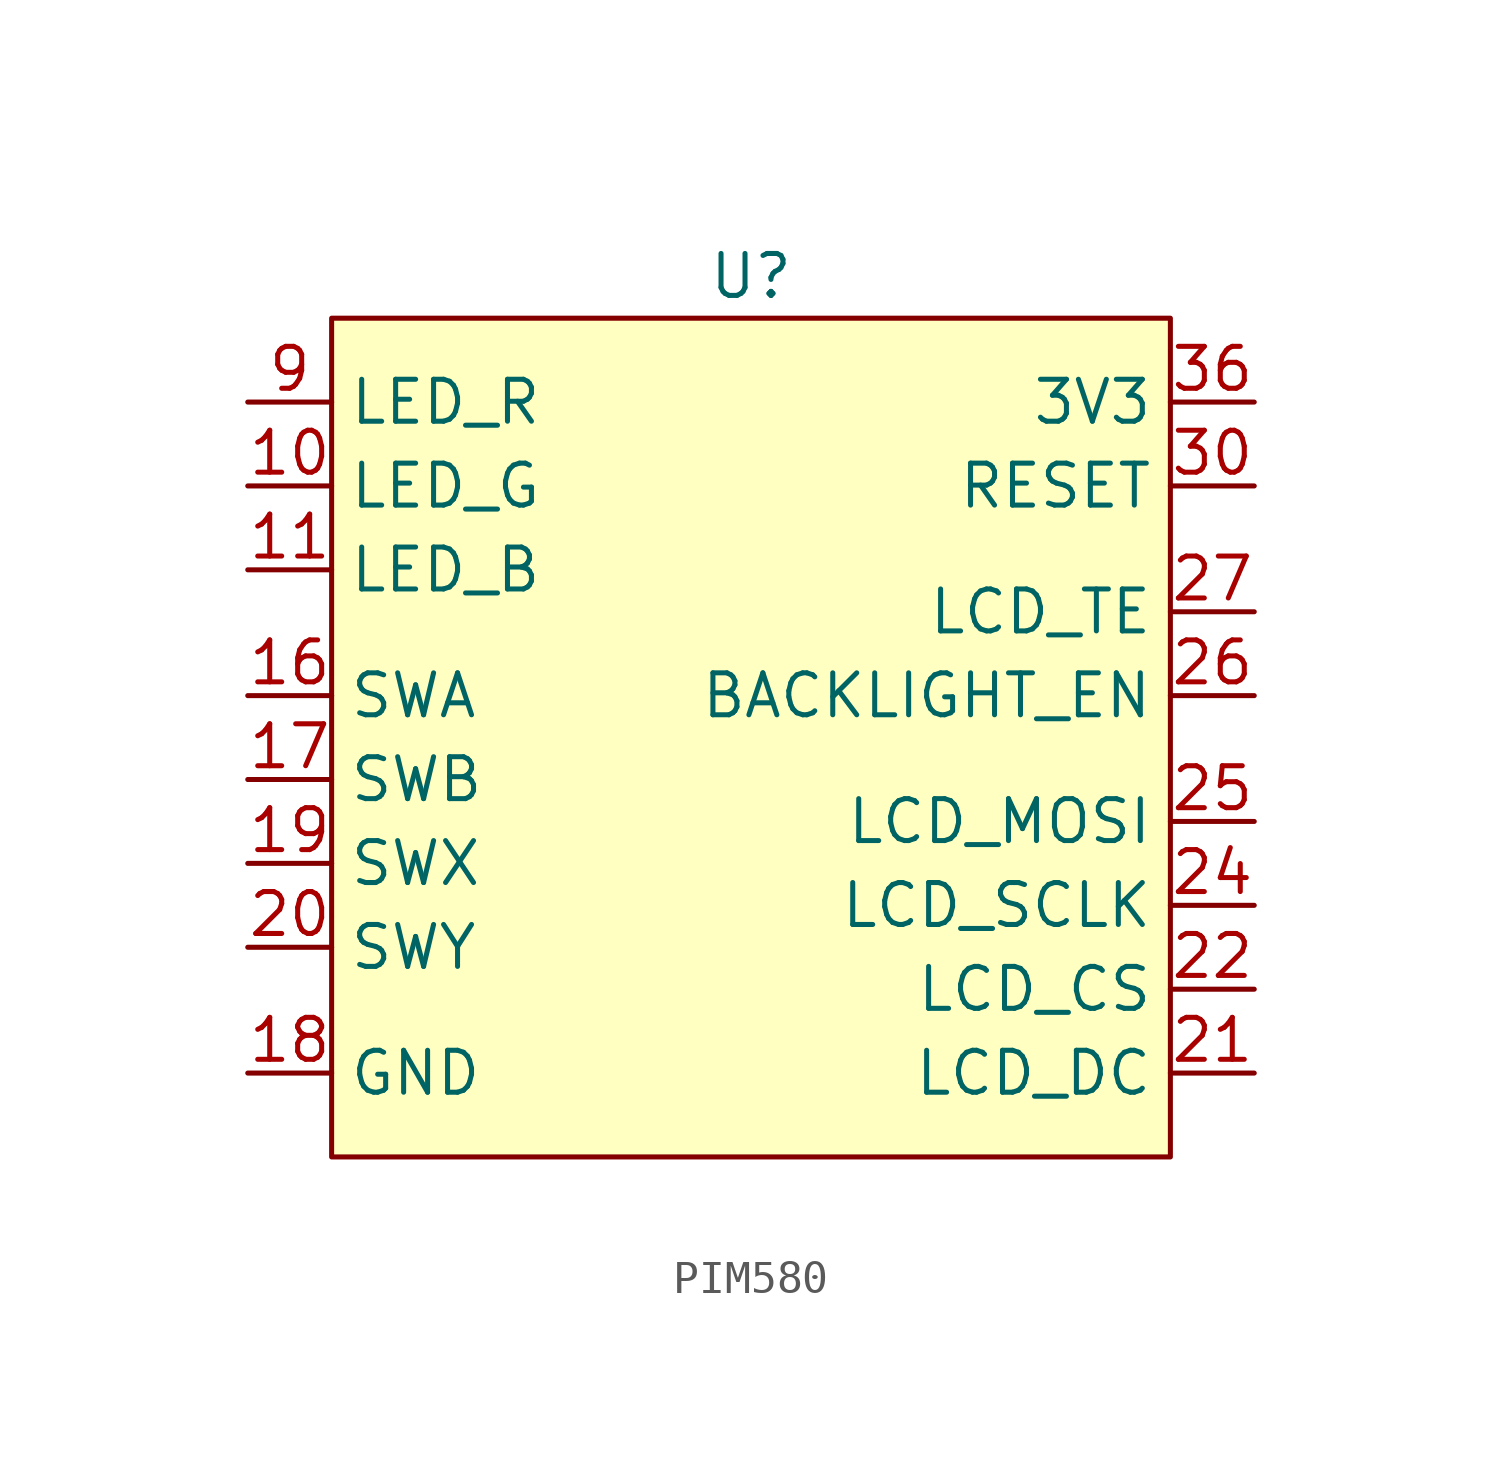
<source format=kicad_sym>
(kicad_symbol_lib
  (version 20231120)
  (generator "kicad_symbol_editor")
  (generator_version "8.0")
  (symbol "PIM580"
    (property "Reference" "U"
      (at 0 -1.27 0)
      (effects (font (size 1.27 1.27))))
    (property "Value" ""
      (at 0 0 0)
      (effects (font (size 1.27 1.27))))
    (symbol "PIM580_1_1"
      (rectangle (start -12.7 -2.54) (end 12.7 -27.94) (stroke (width 0) (type default) (color 132 0 0 1)) (fill (type color) (color 255 255 194 1)))
      (pin input line (at -15.24 -7.62 0) (length 2.54) (name "LED_G" (effects (font (size 1.27 1.27)))) (number "10" (effects (font (size 1.27 1.27)))))
      (pin input line (at -15.24 -10.16 0) (length 2.54) (name "LED_B" (effects (font (size 1.27 1.27)))) (number "11" (effects (font (size 1.27 1.27)))))
      (pin input line (at -15.24 -13.97 0) (length 2.54) (name "SWA" (effects (font (size 1.27 1.27)))) (number "16" (effects (font (size 1.27 1.27)))))
      (pin input line (at -15.24 -16.51 0) (length 2.54) (name "SWB" (effects (font (size 1.27 1.27)))) (number "17" (effects (font (size 1.27 1.27)))))
      (pin input line (at -15.24 -25.4 0) (length 2.54) (name "GND" (effects (font (size 1.27 1.27)))) (number "18" (effects (font (size 1.27 1.27)))))
      (pin input line (at -15.24 -19.05 0) (length 2.54) (name "SWX" (effects (font (size 1.27 1.27)))) (number "19" (effects (font (size 1.27 1.27)))))
      (pin input line (at -15.24 -21.59 0) (length 2.54) (name "SWY" (effects (font (size 1.27 1.27)))) (number "20" (effects (font (size 1.27 1.27)))))
      (pin input line (at 15.24 -25.4 180) (length 2.54) (name "LCD_DC" (effects (font (size 1.27 1.27)))) (number "21" (effects (font (size 1.27 1.27)))))
      (pin input line (at 15.24 -22.86 180) (length 2.54) (name "LCD_CS" (effects (font (size 1.27 1.27)))) (number "22" (effects (font (size 1.27 1.27)))))
      (pin input line (at 15.24 -20.32 180) (length 2.54) (name "LCD_SCLK" (effects (font (size 1.27 1.27)))) (number "24" (effects (font (size 1.27 1.27)))))
      (pin input line (at 15.24 -17.78 180) (length 2.54) (name "LCD_MOSI" (effects (font (size 1.27 1.27)))) (number "25" (effects (font (size 1.27 1.27)))))
      (pin input line (at 15.24 -13.97 180) (length 2.54) (name "BACKLIGHT_EN" (effects (font (size 1.27 1.27)))) (number "26" (effects (font (size 1.27 1.27)))))
      (pin input line (at 15.24 -11.43 180) (length 2.54) (name "LCD_TE" (effects (font (size 1.27 1.27)))) (number "27" (effects (font (size 1.27 1.27)))))
      (pin input line (at 15.24 -7.62 180) (length 2.54) (name "RESET" (effects (font (size 1.27 1.27)))) (number "30" (effects (font (size 1.27 1.27)))))
      (pin input line (at 15.24 -5.08 180) (length 2.54) (name "3V3" (effects (font (size 1.27 1.27)))) (number "36" (effects (font (size 1.27 1.27)))))
      (pin input line (at -15.24 -5.08 0) (length 2.54) (name "LED_R" (effects (font (size 1.27 1.27)))) (number "9" (effects (font (size 1.27 1.27))))))))
</source>
